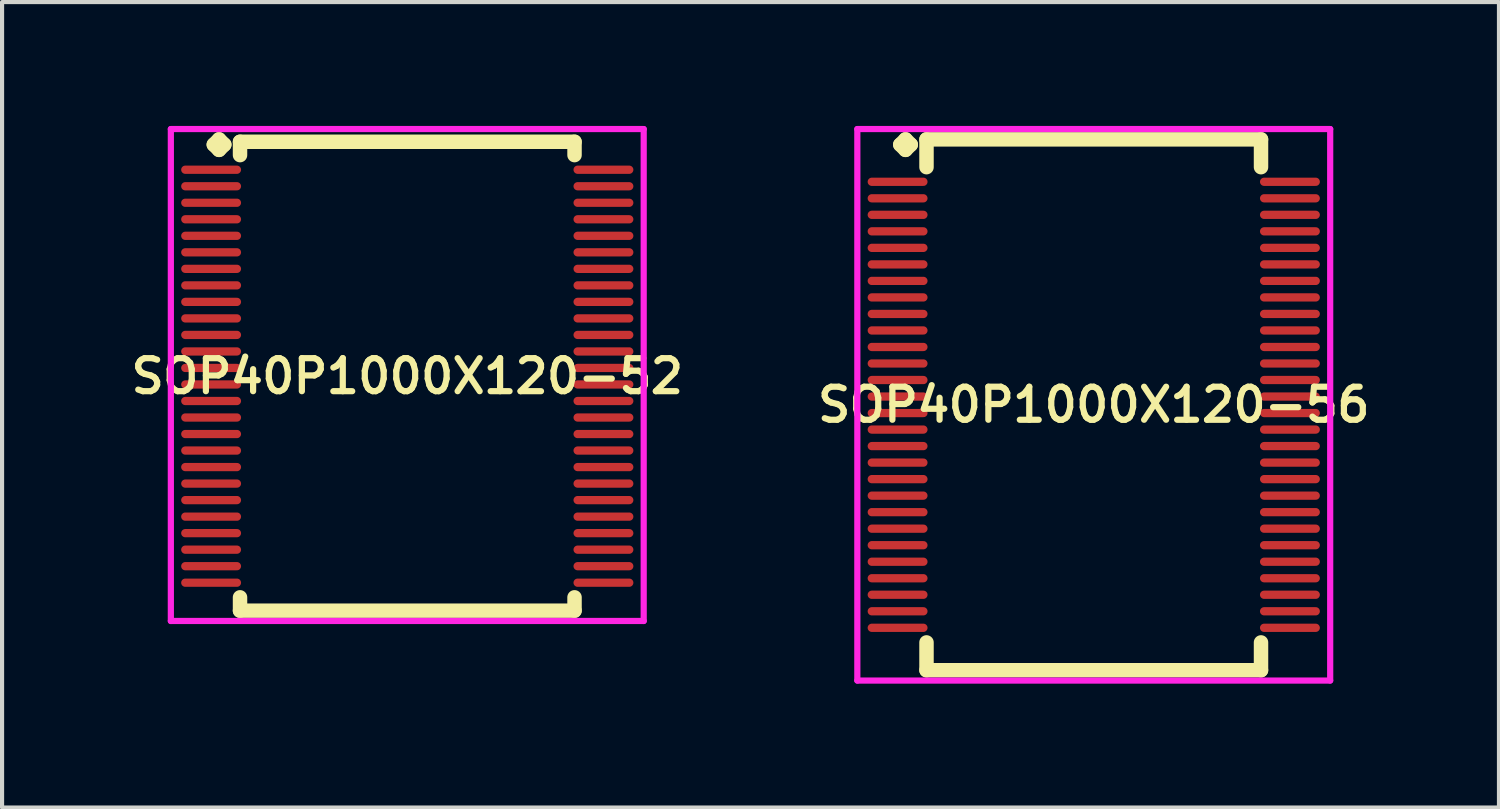
<source format=kicad_pcb>
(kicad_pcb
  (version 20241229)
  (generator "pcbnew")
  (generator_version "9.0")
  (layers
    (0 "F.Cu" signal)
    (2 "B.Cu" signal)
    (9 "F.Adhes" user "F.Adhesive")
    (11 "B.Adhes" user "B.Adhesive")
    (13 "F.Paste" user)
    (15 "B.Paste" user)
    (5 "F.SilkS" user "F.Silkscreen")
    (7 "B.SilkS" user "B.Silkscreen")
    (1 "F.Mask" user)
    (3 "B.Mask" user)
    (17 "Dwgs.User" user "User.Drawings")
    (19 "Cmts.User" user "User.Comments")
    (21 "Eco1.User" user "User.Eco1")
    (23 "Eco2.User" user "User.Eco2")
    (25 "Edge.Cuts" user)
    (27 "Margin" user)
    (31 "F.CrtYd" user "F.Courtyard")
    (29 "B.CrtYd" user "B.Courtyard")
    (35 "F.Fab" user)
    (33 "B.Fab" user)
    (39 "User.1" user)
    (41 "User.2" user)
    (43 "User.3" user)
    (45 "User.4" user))
  (footprint "SOP40P1000X120-52"
    (layer "F.Cu")
    (at 6.812 6.06)
    (property "Reference" "SOP40P1000X120-52" (at 0 0 0) (layer "F.SilkS") (effects (font (size 0.8 0.8) (thickness 0.15))))
    (attr smd)
    (fp_line (start -4.685 -5.608) (end -4.558 -5.735) (stroke (width 0.35) (type solid)) (layer "F.SilkS"))
    (fp_line (start -4.558 -5.735) (end -4.431 -5.608) (stroke (width 0.35) (type solid)) (layer "F.SilkS"))
    (fp_line (start -4.558 -5.481) (end -4.685 -5.608) (stroke (width 0.35) (type solid)) (layer "F.SilkS"))
    (fp_line (start -4.431 -5.608) (end -4.558 -5.481) (stroke (width 0.35) (type solid)) (layer "F.SilkS"))
    (fp_line (start -4.05 -5.677) (end 4.05 -5.677) (stroke (width 0.35) (type solid)) (layer "F.SilkS"))
    (fp_line (start -4.05 -5.354) (end -4.05 -5.677) (stroke (width 0.35) (type solid)) (layer "F.SilkS"))
    (fp_line (start -4.05 5.354) (end -4.05 5.677) (stroke (width 0.35) (type solid)) (layer "F.SilkS"))
    (fp_line (start -4.05 5.677) (end 4.05 5.677) (stroke (width 0.35) (type solid)) (layer "F.SilkS"))
    (fp_line (start 4.05 -5.677) (end 4.05 -5.354) (stroke (width 0.35) (type solid)) (layer "F.SilkS"))
    (fp_line (start 4.05 5.677) (end 4.05 5.354) (stroke (width 0.35) (type solid)) (layer "F.SilkS"))
    (fp_line (start -5.725 -5.985) (end 5.725 -5.985) (stroke (width 0.15) (type solid)) (layer "F.CrtYd"))
    (fp_line (start -5.725 5.927) (end -5.725 -5.985) (stroke (width 0.15) (type solid)) (layer "F.CrtYd"))
    (fp_line (start 5.725 -5.985) (end 5.725 5.927) (stroke (width 0.15) (type solid)) (layer "F.CrtYd"))
    (fp_line (start 5.725 5.927) (end -5.725 5.927) (stroke (width 0.15) (type solid)) (layer "F.CrtYd"))
    (pad "1" smd oval (at -4.75 -5) (size 1.45 0.2) (layers "F.Cu" "F.Mask" "F.Paste"))
    (pad "2" smd oval (at -4.75 -4.6) (size 1.45 0.2) (layers "F.Cu" "F.Mask" "F.Paste"))
    (pad "3" smd oval (at -4.75 -4.2) (size 1.45 0.2) (layers "F.Cu" "F.Mask" "F.Paste"))
    (pad "4" smd oval (at -4.75 -3.8) (size 1.45 0.2) (layers "F.Cu" "F.Mask" "F.Paste"))
    (pad "5" smd oval (at -4.75 -3.4) (size 1.45 0.2) (layers "F.Cu" "F.Mask" "F.Paste"))
    (pad "6" smd oval (at -4.75 -3) (size 1.45 0.2) (layers "F.Cu" "F.Mask" "F.Paste"))
    (pad "7" smd oval (at -4.75 -2.6) (size 1.45 0.2) (layers "F.Cu" "F.Mask" "F.Paste"))
    (pad "8" smd oval (at -4.75 -2.2) (size 1.45 0.2) (layers "F.Cu" "F.Mask" "F.Paste"))
    (pad "9" smd oval (at -4.75 -1.8) (size 1.45 0.2) (layers "F.Cu" "F.Mask" "F.Paste"))
    (pad "10" smd oval (at -4.75 -1.4) (size 1.45 0.2) (layers "F.Cu" "F.Mask" "F.Paste"))
    (pad "11" smd oval (at -4.75 -1) (size 1.45 0.2) (layers "F.Cu" "F.Mask" "F.Paste"))
    (pad "12" smd oval (at -4.75 -0.6) (size 1.45 0.2) (layers "F.Cu" "F.Mask" "F.Paste"))
    (pad "13" smd oval (at -4.75 -0.2) (size 1.45 0.2) (layers "F.Cu" "F.Mask" "F.Paste"))
    (pad "14" smd oval (at -4.75 0.2) (size 1.45 0.2) (layers "F.Cu" "F.Mask" "F.Paste"))
    (pad "15" smd oval (at -4.75 0.6) (size 1.45 0.2) (layers "F.Cu" "F.Mask" "F.Paste"))
    (pad "16" smd oval (at -4.75 1) (size 1.45 0.2) (layers "F.Cu" "F.Mask" "F.Paste"))
    (pad "17" smd oval (at -4.75 1.4) (size 1.45 0.2) (layers "F.Cu" "F.Mask" "F.Paste"))
    (pad "18" smd oval (at -4.75 1.8) (size 1.45 0.2) (layers "F.Cu" "F.Mask" "F.Paste"))
    (pad "19" smd oval (at -4.75 2.2) (size 1.45 0.2) (layers "F.Cu" "F.Mask" "F.Paste"))
    (pad "20" smd oval (at -4.75 2.6) (size 1.45 0.2) (layers "F.Cu" "F.Mask" "F.Paste"))
    (pad "21" smd oval (at -4.75 3) (size 1.45 0.2) (layers "F.Cu" "F.Mask" "F.Paste"))
    (pad "22" smd oval (at -4.75 3.4) (size 1.45 0.2) (layers "F.Cu" "F.Mask" "F.Paste"))
    (pad "23" smd oval (at -4.75 3.8) (size 1.45 0.2) (layers "F.Cu" "F.Mask" "F.Paste"))
    (pad "24" smd oval (at -4.75 4.2) (size 1.45 0.2) (layers "F.Cu" "F.Mask" "F.Paste"))
    (pad "25" smd oval (at -4.75 4.6) (size 1.45 0.2) (layers "F.Cu" "F.Mask" "F.Paste"))
    (pad "26" smd oval (at -4.75 5) (size 1.45 0.2) (layers "F.Cu" "F.Mask" "F.Paste"))
    (pad "27" smd oval (at 4.75 5) (size 1.45 0.2) (layers "F.Cu" "F.Mask" "F.Paste"))
    (pad "28" smd oval (at 4.75 4.6) (size 1.45 0.2) (layers "F.Cu" "F.Mask" "F.Paste"))
    (pad "29" smd oval (at 4.75 4.2) (size 1.45 0.2) (layers "F.Cu" "F.Mask" "F.Paste"))
    (pad "30" smd oval (at 4.75 3.8) (size 1.45 0.2) (layers "F.Cu" "F.Mask" "F.Paste"))
    (pad "31" smd oval (at 4.75 3.4) (size 1.45 0.2) (layers "F.Cu" "F.Mask" "F.Paste"))
    (pad "32" smd oval (at 4.75 3) (size 1.45 0.2) (layers "F.Cu" "F.Mask" "F.Paste"))
    (pad "33" smd oval (at 4.75 2.6) (size 1.45 0.2) (layers "F.Cu" "F.Mask" "F.Paste"))
    (pad "34" smd oval (at 4.75 2.2) (size 1.45 0.2) (layers "F.Cu" "F.Mask" "F.Paste"))
    (pad "35" smd oval (at 4.75 1.8) (size 1.45 0.2) (layers "F.Cu" "F.Mask" "F.Paste"))
    (pad "36" smd oval (at 4.75 1.4) (size 1.45 0.2) (layers "F.Cu" "F.Mask" "F.Paste"))
    (pad "37" smd oval (at 4.75 1) (size 1.45 0.2) (layers "F.Cu" "F.Mask" "F.Paste"))
    (pad "38" smd oval (at 4.75 0.6) (size 1.45 0.2) (layers "F.Cu" "F.Mask" "F.Paste"))
    (pad "39" smd oval (at 4.75 0.2) (size 1.45 0.2) (layers "F.Cu" "F.Mask" "F.Paste"))
    (pad "40" smd oval (at 4.75 -0.2) (size 1.45 0.2) (layers "F.Cu" "F.Mask" "F.Paste"))
    (pad "41" smd oval (at 4.75 -0.6) (size 1.45 0.2) (layers "F.Cu" "F.Mask" "F.Paste"))
    (pad "42" smd oval (at 4.75 -1) (size 1.45 0.2) (layers "F.Cu" "F.Mask" "F.Paste"))
    (pad "43" smd oval (at 4.75 -1.4) (size 1.45 0.2) (layers "F.Cu" "F.Mask" "F.Paste"))
    (pad "44" smd oval (at 4.75 -1.8) (size 1.45 0.2) (layers "F.Cu" "F.Mask" "F.Paste"))
    (pad "45" smd oval (at 4.75 -2.2) (size 1.45 0.2) (layers "F.Cu" "F.Mask" "F.Paste"))
    (pad "46" smd oval (at 4.75 -2.6) (size 1.45 0.2) (layers "F.Cu" "F.Mask" "F.Paste"))
    (pad "47" smd oval (at 4.75 -3) (size 1.45 0.2) (layers "F.Cu" "F.Mask" "F.Paste"))
    (pad "48" smd oval (at 4.75 -3.4) (size 1.45 0.2) (layers "F.Cu" "F.Mask" "F.Paste"))
    (pad "49" smd oval (at 4.75 -3.8) (size 1.45 0.2) (layers "F.Cu" "F.Mask" "F.Paste"))
    (pad "50" smd oval (at 4.75 -4.2) (size 1.45 0.2) (layers "F.Cu" "F.Mask" "F.Paste"))
    (pad "51" smd oval (at 4.75 -4.6) (size 1.45 0.2) (layers "F.Cu" "F.Mask" "F.Paste"))
    (pad "52" smd oval (at 4.75 -5) (size 1.45 0.2) (layers "F.Cu" "F.Mask" "F.Paste")))
  (footprint "SOP40P1000X120-56"
    (layer "F.Cu")
    (at 23.435 6.752)
    (property "Reference" "SOP40P1000X120-56" (at 0 0 0) (layer "F.SilkS") (effects (font (size 0.8 0.8) (thickness 0.15))))
    (attr smd)
    (fp_line (start -4.685 -6.3) (end -4.558 -6.427) (stroke (width 0.35) (type solid)) (layer "F.SilkS"))
    (fp_line (start -4.558 -6.427) (end -4.431 -6.3) (stroke (width 0.35) (type solid)) (layer "F.SilkS"))
    (fp_line (start -4.558 -6.173) (end -4.685 -6.3) (stroke (width 0.35) (type solid)) (layer "F.SilkS"))
    (fp_line (start -4.431 -6.3) (end -4.558 -6.173) (stroke (width 0.35) (type solid)) (layer "F.SilkS"))
    (fp_line (start -4.05 -6.427) (end 4.05 -6.427) (stroke (width 0.35) (type solid)) (layer "F.SilkS"))
    (fp_line (start -4.05 -5.754) (end -4.05 -6.427) (stroke (width 0.35) (type solid)) (layer "F.SilkS"))
    (fp_line (start -4.05 5.754) (end -4.05 6.427) (stroke (width 0.35) (type solid)) (layer "F.SilkS"))
    (fp_line (start -4.05 6.427) (end 4.05 6.427) (stroke (width 0.35) (type solid)) (layer "F.SilkS"))
    (fp_line (start 4.05 -6.427) (end 4.05 -5.754) (stroke (width 0.35) (type solid)) (layer "F.SilkS"))
    (fp_line (start 4.05 6.427) (end 4.05 5.754) (stroke (width 0.35) (type solid)) (layer "F.SilkS"))
    (fp_line (start -5.725 -6.677) (end 5.725 -6.677) (stroke (width 0.15) (type solid)) (layer "F.CrtYd"))
    (fp_line (start -5.725 6.677) (end -5.725 -6.677) (stroke (width 0.15) (type solid)) (layer "F.CrtYd"))
    (fp_line (start 5.725 -6.677) (end 5.725 6.677) (stroke (width 0.15) (type solid)) (layer "F.CrtYd"))
    (fp_line (start 5.725 6.677) (end -5.725 6.677) (stroke (width 0.15) (type solid)) (layer "F.CrtYd"))
    (pad "1" smd oval (at -4.75 -5.4) (size 1.45 0.2) (layers "F.Cu" "F.Mask" "F.Paste"))
    (pad "2" smd oval (at -4.75 -5) (size 1.45 0.2) (layers "F.Cu" "F.Mask" "F.Paste"))
    (pad "3" smd oval (at -4.75 -4.6) (size 1.45 0.2) (layers "F.Cu" "F.Mask" "F.Paste"))
    (pad "4" smd oval (at -4.75 -4.2) (size 1.45 0.2) (layers "F.Cu" "F.Mask" "F.Paste"))
    (pad "5" smd oval (at -4.75 -3.8) (size 1.45 0.2) (layers "F.Cu" "F.Mask" "F.Paste"))
    (pad "6" smd oval (at -4.75 -3.4) (size 1.45 0.2) (layers "F.Cu" "F.Mask" "F.Paste"))
    (pad "7" smd oval (at -4.75 -3) (size 1.45 0.2) (layers "F.Cu" "F.Mask" "F.Paste"))
    (pad "8" smd oval (at -4.75 -2.6) (size 1.45 0.2) (layers "F.Cu" "F.Mask" "F.Paste"))
    (pad "9" smd oval (at -4.75 -2.2) (size 1.45 0.2) (layers "F.Cu" "F.Mask" "F.Paste"))
    (pad "10" smd oval (at -4.75 -1.8) (size 1.45 0.2) (layers "F.Cu" "F.Mask" "F.Paste"))
    (pad "11" smd oval (at -4.75 -1.4) (size 1.45 0.2) (layers "F.Cu" "F.Mask" "F.Paste"))
    (pad "12" smd oval (at -4.75 -1) (size 1.45 0.2) (layers "F.Cu" "F.Mask" "F.Paste"))
    (pad "13" smd oval (at -4.75 -0.6) (size 1.45 0.2) (layers "F.Cu" "F.Mask" "F.Paste"))
    (pad "14" smd oval (at -4.75 -0.2) (size 1.45 0.2) (layers "F.Cu" "F.Mask" "F.Paste"))
    (pad "15" smd oval (at -4.75 0.2) (size 1.45 0.2) (layers "F.Cu" "F.Mask" "F.Paste"))
    (pad "16" smd oval (at -4.75 0.6) (size 1.45 0.2) (layers "F.Cu" "F.Mask" "F.Paste"))
    (pad "17" smd oval (at -4.75 1) (size 1.45 0.2) (layers "F.Cu" "F.Mask" "F.Paste"))
    (pad "18" smd oval (at -4.75 1.4) (size 1.45 0.2) (layers "F.Cu" "F.Mask" "F.Paste"))
    (pad "19" smd oval (at -4.75 1.8) (size 1.45 0.2) (layers "F.Cu" "F.Mask" "F.Paste"))
    (pad "20" smd oval (at -4.75 2.2) (size 1.45 0.2) (layers "F.Cu" "F.Mask" "F.Paste"))
    (pad "21" smd oval (at -4.75 2.6) (size 1.45 0.2) (layers "F.Cu" "F.Mask" "F.Paste"))
    (pad "22" smd oval (at -4.75 3) (size 1.45 0.2) (layers "F.Cu" "F.Mask" "F.Paste"))
    (pad "23" smd oval (at -4.75 3.4) (size 1.45 0.2) (layers "F.Cu" "F.Mask" "F.Paste"))
    (pad "24" smd oval (at -4.75 3.8) (size 1.45 0.2) (layers "F.Cu" "F.Mask" "F.Paste"))
    (pad "25" smd oval (at -4.75 4.2) (size 1.45 0.2) (layers "F.Cu" "F.Mask" "F.Paste"))
    (pad "26" smd oval (at -4.75 4.6) (size 1.45 0.2) (layers "F.Cu" "F.Mask" "F.Paste"))
    (pad "27" smd oval (at -4.75 5) (size 1.45 0.2) (layers "F.Cu" "F.Mask" "F.Paste"))
    (pad "28" smd oval (at -4.75 5.4) (size 1.45 0.2) (layers "F.Cu" "F.Mask" "F.Paste"))
    (pad "29" smd oval (at 4.75 5.4) (size 1.45 0.2) (layers "F.Cu" "F.Mask" "F.Paste"))
    (pad "30" smd oval (at 4.75 5) (size 1.45 0.2) (layers "F.Cu" "F.Mask" "F.Paste"))
    (pad "31" smd oval (at 4.75 4.6) (size 1.45 0.2) (layers "F.Cu" "F.Mask" "F.Paste"))
    (pad "32" smd oval (at 4.75 4.2) (size 1.45 0.2) (layers "F.Cu" "F.Mask" "F.Paste"))
    (pad "33" smd oval (at 4.75 3.8) (size 1.45 0.2) (layers "F.Cu" "F.Mask" "F.Paste"))
    (pad "34" smd oval (at 4.75 3.4) (size 1.45 0.2) (layers "F.Cu" "F.Mask" "F.Paste"))
    (pad "35" smd oval (at 4.75 3) (size 1.45 0.2) (layers "F.Cu" "F.Mask" "F.Paste"))
    (pad "36" smd oval (at 4.75 2.6) (size 1.45 0.2) (layers "F.Cu" "F.Mask" "F.Paste"))
    (pad "37" smd oval (at 4.75 2.2) (size 1.45 0.2) (layers "F.Cu" "F.Mask" "F.Paste"))
    (pad "38" smd oval (at 4.75 1.8) (size 1.45 0.2) (layers "F.Cu" "F.Mask" "F.Paste"))
    (pad "39" smd oval (at 4.75 1.4) (size 1.45 0.2) (layers "F.Cu" "F.Mask" "F.Paste"))
    (pad "40" smd oval (at 4.75 1) (size 1.45 0.2) (layers "F.Cu" "F.Mask" "F.Paste"))
    (pad "41" smd oval (at 4.75 0.6) (size 1.45 0.2) (layers "F.Cu" "F.Mask" "F.Paste"))
    (pad "42" smd oval (at 4.75 0.2) (size 1.45 0.2) (layers "F.Cu" "F.Mask" "F.Paste"))
    (pad "43" smd oval (at 4.75 -0.2) (size 1.45 0.2) (layers "F.Cu" "F.Mask" "F.Paste"))
    (pad "44" smd oval (at 4.75 -0.6) (size 1.45 0.2) (layers "F.Cu" "F.Mask" "F.Paste"))
    (pad "45" smd oval (at 4.75 -1) (size 1.45 0.2) (layers "F.Cu" "F.Mask" "F.Paste"))
    (pad "46" smd oval (at 4.75 -1.4) (size 1.45 0.2) (layers "F.Cu" "F.Mask" "F.Paste"))
    (pad "47" smd oval (at 4.75 -1.8) (size 1.45 0.2) (layers "F.Cu" "F.Mask" "F.Paste"))
    (pad "48" smd oval (at 4.75 -2.2) (size 1.45 0.2) (layers "F.Cu" "F.Mask" "F.Paste"))
    (pad "49" smd oval (at 4.75 -2.6) (size 1.45 0.2) (layers "F.Cu" "F.Mask" "F.Paste"))
    (pad "50" smd oval (at 4.75 -3) (size 1.45 0.2) (layers "F.Cu" "F.Mask" "F.Paste"))
    (pad "51" smd oval (at 4.75 -3.4) (size 1.45 0.2) (layers "F.Cu" "F.Mask" "F.Paste"))
    (pad "52" smd oval (at 4.75 -3.8) (size 1.45 0.2) (layers "F.Cu" "F.Mask" "F.Paste"))
    (pad "53" smd oval (at 4.75 -4.2) (size 1.45 0.2) (layers "F.Cu" "F.Mask" "F.Paste"))
    (pad "54" smd oval (at 4.75 -4.6) (size 1.45 0.2) (layers "F.Cu" "F.Mask" "F.Paste"))
    (pad "55" smd oval (at 4.75 -5) (size 1.45 0.2) (layers "F.Cu" "F.Mask" "F.Paste"))
    (pad "56" smd oval (at 4.75 -5.4) (size 1.45 0.2) (layers "F.Cu" "F.Mask" "F.Paste")))
  (gr_rect
    (start -3 -3)
    (end 33.247 16.504)
    (stroke (width 0.1) (type default))
    (fill no)
    (layer "Edge.Cuts")))
</source>
